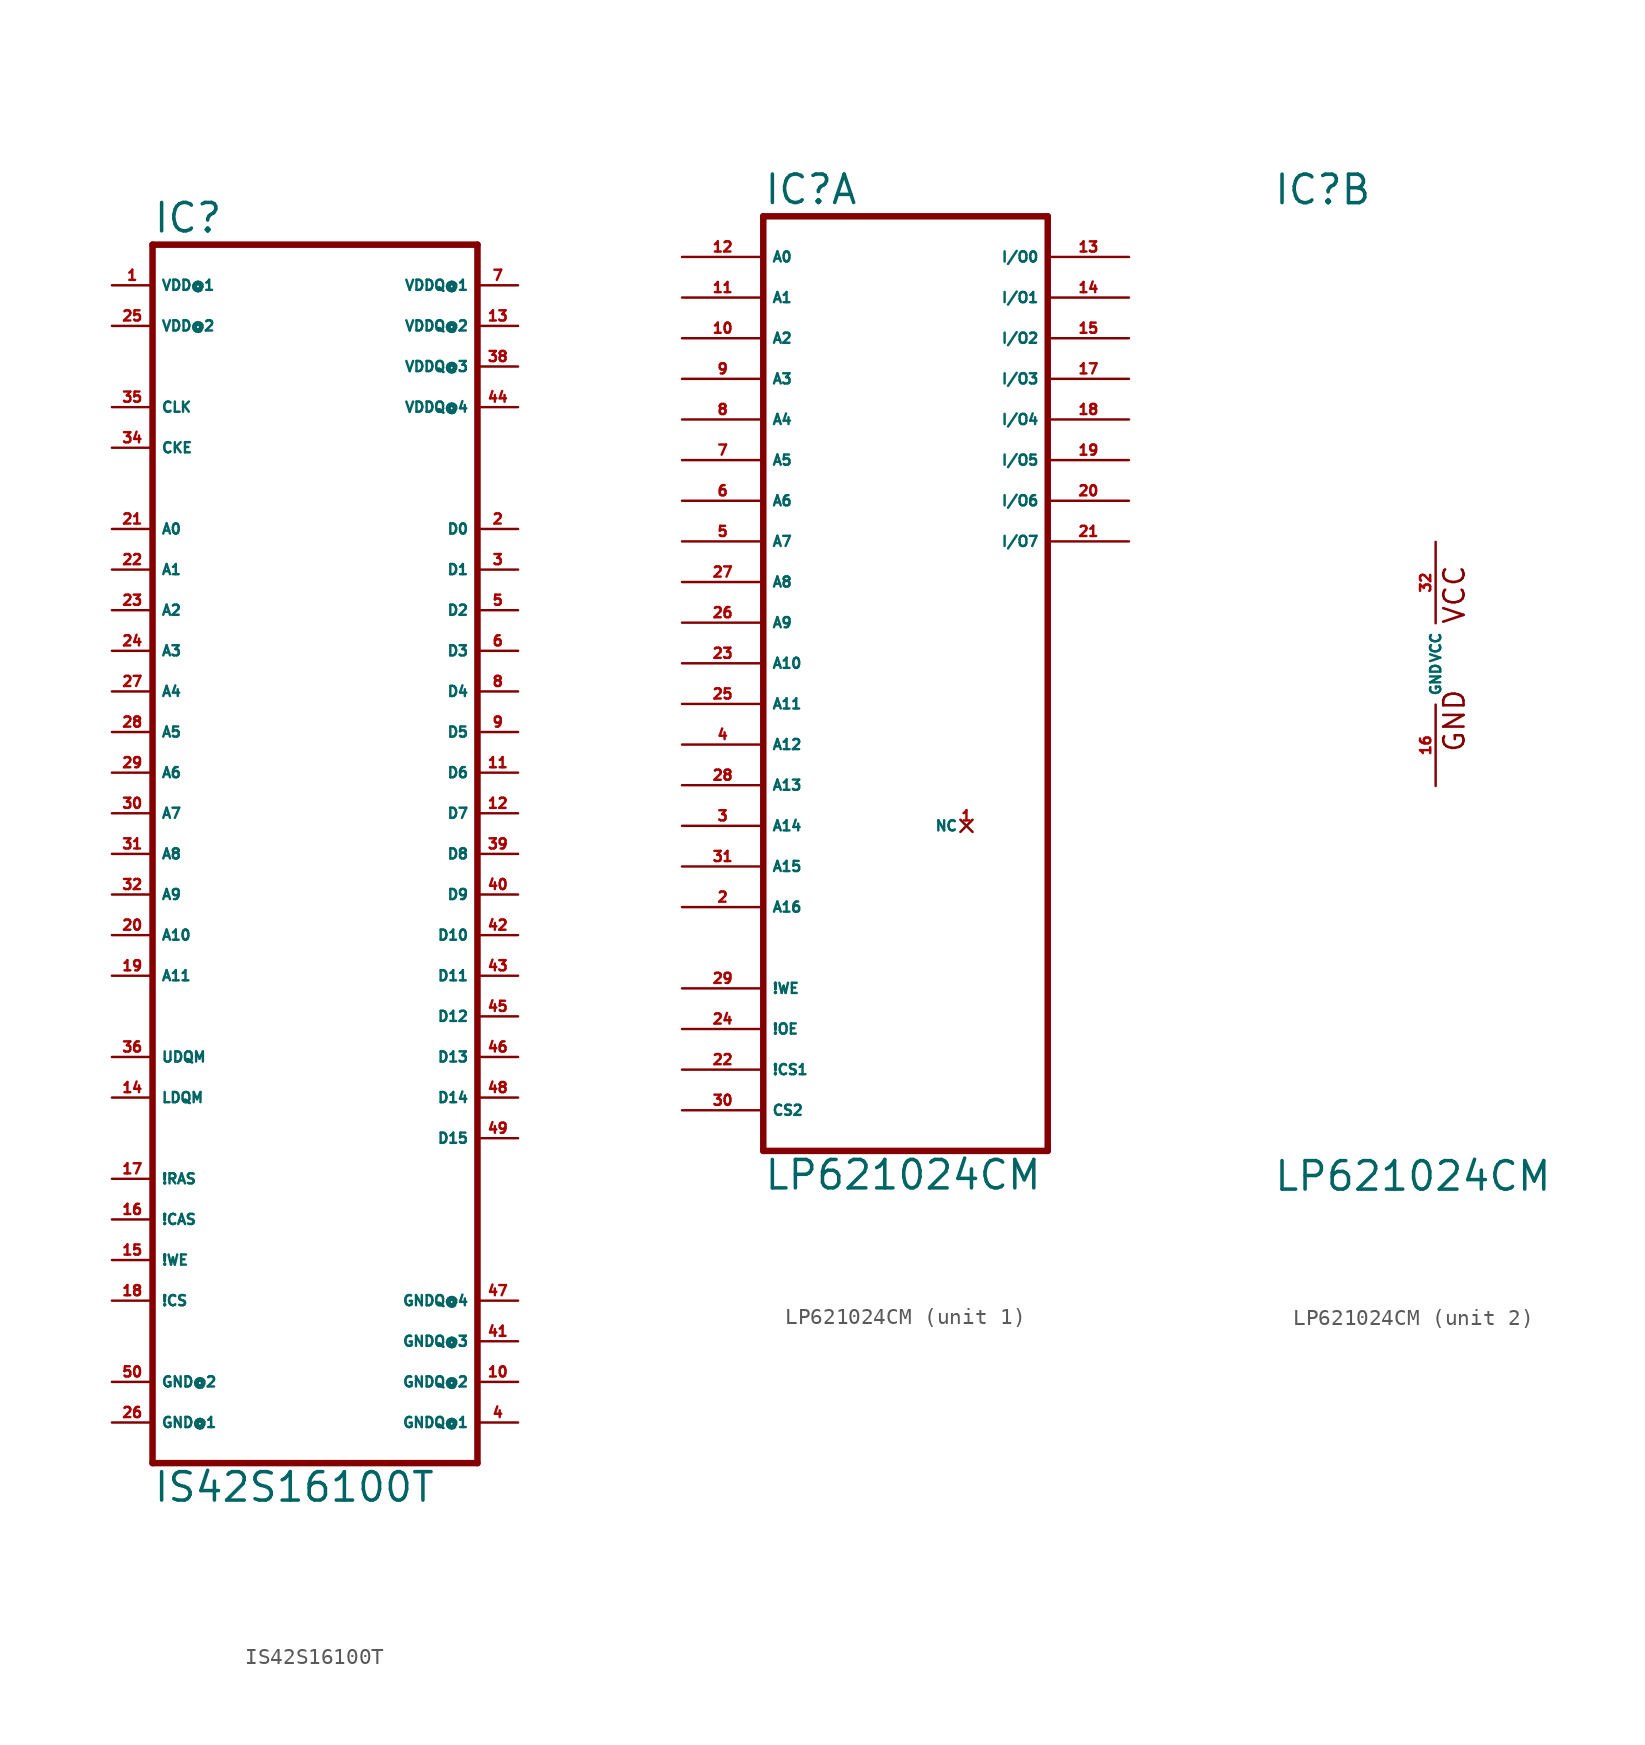
<source format=kicad_sym>
(kicad_symbol_lib
  (version 20220914)
  (generator Eagle2Kicad)
  (symbol "IS42S16100T"
    (property "Reference" "IC"
      (at -10.16 38.735 0)
      (effects (font (size 1.778 1.778) (thickness 0.22)) (justify left bottom)))
    (property "Value" "IS42S16100T"
      (at -10.16 -40.64 0)
      (effects (font (size 1.778 1.778) (thickness 0.22)) (justify left bottom)))
    (polyline
      (pts (xy -10.16 -38.1) (xy 10.16 -38.1))
      (stroke (width 0.406) (type default))
      (fill (type none)))
    (polyline
      (pts (xy 10.16 -38.1) (xy 10.16 38.1))
      (stroke (width 0.406) (type default))
      (fill (type none)))
    (polyline
      (pts (xy 10.16 38.1) (xy -10.16 38.1))
      (stroke (width 0.406) (type default))
      (fill (type none)))
    (polyline
      (pts (xy -10.16 38.1) (xy -10.16 -38.1))
      (stroke (width 0.406) (type default))
      (fill (type none)))
    (pin input line
      (at -12.7 2.54 0)
      (length 2.54)
      (name "A7" (effects (font (size 0.635 0.635) (thickness 0.08)) (justify left bottom)))
      (number "30" (effects (font (size 0.635 0.635) (thickness 0.08)) (justify left bottom))))
    (pin input line
      (at -12.7 5.08 0)
      (length 2.54)
      (name "A6" (effects (font (size 0.635 0.635) (thickness 0.08)) (justify left bottom)))
      (number "29" (effects (font (size 0.635 0.635) (thickness 0.08)) (justify left bottom))))
    (pin input line
      (at -12.7 7.62 0)
      (length 2.54)
      (name "A5" (effects (font (size 0.635 0.635) (thickness 0.08)) (justify left bottom)))
      (number "28" (effects (font (size 0.635 0.635) (thickness 0.08)) (justify left bottom))))
    (pin input line
      (at -12.7 10.16 0)
      (length 2.54)
      (name "A4" (effects (font (size 0.635 0.635) (thickness 0.08)) (justify left bottom)))
      (number "27" (effects (font (size 0.635 0.635) (thickness 0.08)) (justify left bottom))))
    (pin input line
      (at -12.7 12.7 0)
      (length 2.54)
      (name "A3" (effects (font (size 0.635 0.635) (thickness 0.08)) (justify left bottom)))
      (number "24" (effects (font (size 0.635 0.635) (thickness 0.08)) (justify left bottom))))
    (pin input line
      (at -12.7 15.24 0)
      (length 2.54)
      (name "A2" (effects (font (size 0.635 0.635) (thickness 0.08)) (justify left bottom)))
      (number "23" (effects (font (size 0.635 0.635) (thickness 0.08)) (justify left bottom))))
    (pin input line
      (at -12.7 17.78 0)
      (length 2.54)
      (name "A1" (effects (font (size 0.635 0.635) (thickness 0.08)) (justify left bottom)))
      (number "22" (effects (font (size 0.635 0.635) (thickness 0.08)) (justify left bottom))))
    (pin input line
      (at -12.7 20.32 0)
      (length 2.54)
      (name "A0" (effects (font (size 0.635 0.635) (thickness 0.08)) (justify left bottom)))
      (number "21" (effects (font (size 0.635 0.635) (thickness 0.08)) (justify left bottom))))
    (pin bidirectional line
      (at 12.7 20.32 180)
      (length 2.54)
      (name "D0" (effects (font (size 0.635 0.635) (thickness 0.08)) (justify left bottom)))
      (number "2" (effects (font (size 0.635 0.635) (thickness 0.08)) (justify left bottom))))
    (pin bidirectional line
      (at 12.7 17.78 180)
      (length 2.54)
      (name "D1" (effects (font (size 0.635 0.635) (thickness 0.08)) (justify left bottom)))
      (number "3" (effects (font (size 0.635 0.635) (thickness 0.08)) (justify left bottom))))
    (pin bidirectional line
      (at 12.7 15.24 180)
      (length 2.54)
      (name "D2" (effects (font (size 0.635 0.635) (thickness 0.08)) (justify left bottom)))
      (number "5" (effects (font (size 0.635 0.635) (thickness 0.08)) (justify left bottom))))
    (pin bidirectional line
      (at 12.7 12.7 180)
      (length 2.54)
      (name "D3" (effects (font (size 0.635 0.635) (thickness 0.08)) (justify left bottom)))
      (number "6" (effects (font (size 0.635 0.635) (thickness 0.08)) (justify left bottom))))
    (pin bidirectional line
      (at 12.7 10.16 180)
      (length 2.54)
      (name "D4" (effects (font (size 0.635 0.635) (thickness 0.08)) (justify left bottom)))
      (number "8" (effects (font (size 0.635 0.635) (thickness 0.08)) (justify left bottom))))
    (pin bidirectional line
      (at 12.7 7.62 180)
      (length 2.54)
      (name "D5" (effects (font (size 0.635 0.635) (thickness 0.08)) (justify left bottom)))
      (number "9" (effects (font (size 0.635 0.635) (thickness 0.08)) (justify left bottom))))
    (pin bidirectional line
      (at 12.7 5.08 180)
      (length 2.54)
      (name "D6" (effects (font (size 0.635 0.635) (thickness 0.08)) (justify left bottom)))
      (number "11" (effects (font (size 0.635 0.635) (thickness 0.08)) (justify left bottom))))
    (pin bidirectional line
      (at 12.7 2.54 180)
      (length 2.54)
      (name "D7" (effects (font (size 0.635 0.635) (thickness 0.08)) (justify left bottom)))
      (number "12" (effects (font (size 0.635 0.635) (thickness 0.08)) (justify left bottom))))
    (pin input line
      (at -12.7 -27.94 0)
      (length 2.54)
      (name "!CS" (effects (font (size 0.635 0.635) (thickness 0.08)) (justify left bottom)))
      (number "18" (effects (font (size 0.635 0.635) (thickness 0.08)) (justify left bottom))))
    (pin input line
      (at -12.7 -5.08 0)
      (length 2.54)
      (name "A10" (effects (font (size 0.635 0.635) (thickness 0.08)) (justify left bottom)))
      (number "20" (effects (font (size 0.635 0.635) (thickness 0.08)) (justify left bottom))))
    (pin input line
      (at -12.7 -20.32 0)
      (length 2.54)
      (name "!RAS" (effects (font (size 0.635 0.635) (thickness 0.08)) (justify left bottom)))
      (number "17" (effects (font (size 0.635 0.635) (thickness 0.08)) (justify left bottom))))
    (pin input line
      (at -12.7 -25.4 0)
      (length 2.54)
      (name "!WE" (effects (font (size 0.635 0.635) (thickness 0.08)) (justify left bottom)))
      (number "15" (effects (font (size 0.635 0.635) (thickness 0.08)) (justify left bottom))))
    (pin input line
      (at -12.7 -2.54 0)
      (length 2.54)
      (name "A9" (effects (font (size 0.635 0.635) (thickness 0.08)) (justify left bottom)))
      (number "32" (effects (font (size 0.635 0.635) (thickness 0.08)) (justify left bottom))))
    (pin input line
      (at -12.7 0 0)
      (length 2.54)
      (name "A8" (effects (font (size 0.635 0.635) (thickness 0.08)) (justify left bottom)))
      (number "31" (effects (font (size 0.635 0.635) (thickness 0.08)) (justify left bottom))))
    (pin input line
      (at -12.7 -7.62 0)
      (length 2.54)
      (name "A11" (effects (font (size 0.635 0.635) (thickness 0.08)) (justify left bottom)))
      (number "19" (effects (font (size 0.635 0.635) (thickness 0.08)) (justify left bottom))))
    (pin input line
      (at -12.7 -12.7 0)
      (length 2.54)
      (name "UDQM" (effects (font (size 0.635 0.635) (thickness 0.08)) (justify left bottom)))
      (number "36" (effects (font (size 0.635 0.635) (thickness 0.08)) (justify left bottom))))
    (pin input line
      (at -12.7 -15.24 0)
      (length 2.54)
      (name "LDQM" (effects (font (size 0.635 0.635) (thickness 0.08)) (justify left bottom)))
      (number "14" (effects (font (size 0.635 0.635) (thickness 0.08)) (justify left bottom))))
    (pin input line
      (at -12.7 -22.86 0)
      (length 2.54)
      (name "!CAS" (effects (font (size 0.635 0.635) (thickness 0.08)) (justify left bottom)))
      (number "16" (effects (font (size 0.635 0.635) (thickness 0.08)) (justify left bottom))))
    (pin input line
      (at -12.7 25.4 0)
      (length 2.54)
      (name "CKE" (effects (font (size 0.635 0.635) (thickness 0.08)) (justify left bottom)))
      (number "34" (effects (font (size 0.635 0.635) (thickness 0.08)) (justify left bottom))))
    (pin input line
      (at -12.7 27.94 0)
      (length 2.54)
      (name "CLK" (effects (font (size 0.635 0.635) (thickness 0.08)) (justify left bottom)))
      (number "35" (effects (font (size 0.635 0.635) (thickness 0.08)) (justify left bottom))))
    (pin bidirectional line
      (at 12.7 0 180)
      (length 2.54)
      (name "D8" (effects (font (size 0.635 0.635) (thickness 0.08)) (justify left bottom)))
      (number "39" (effects (font (size 0.635 0.635) (thickness 0.08)) (justify left bottom))))
    (pin bidirectional line
      (at 12.7 -2.54 180)
      (length 2.54)
      (name "D9" (effects (font (size 0.635 0.635) (thickness 0.08)) (justify left bottom)))
      (number "40" (effects (font (size 0.635 0.635) (thickness 0.08)) (justify left bottom))))
    (pin bidirectional line
      (at 12.7 -5.08 180)
      (length 2.54)
      (name "D10" (effects (font (size 0.635 0.635) (thickness 0.08)) (justify left bottom)))
      (number "42" (effects (font (size 0.635 0.635) (thickness 0.08)) (justify left bottom))))
    (pin bidirectional line
      (at 12.7 -7.62 180)
      (length 2.54)
      (name "D11" (effects (font (size 0.635 0.635) (thickness 0.08)) (justify left bottom)))
      (number "43" (effects (font (size 0.635 0.635) (thickness 0.08)) (justify left bottom))))
    (pin bidirectional line
      (at 12.7 -10.16 180)
      (length 2.54)
      (name "D12" (effects (font (size 0.635 0.635) (thickness 0.08)) (justify left bottom)))
      (number "45" (effects (font (size 0.635 0.635) (thickness 0.08)) (justify left bottom))))
    (pin bidirectional line
      (at 12.7 -12.7 180)
      (length 2.54)
      (name "D13" (effects (font (size 0.635 0.635) (thickness 0.08)) (justify left bottom)))
      (number "46" (effects (font (size 0.635 0.635) (thickness 0.08)) (justify left bottom))))
    (pin bidirectional line
      (at 12.7 -15.24 180)
      (length 2.54)
      (name "D14" (effects (font (size 0.635 0.635) (thickness 0.08)) (justify left bottom)))
      (number "48" (effects (font (size 0.635 0.635) (thickness 0.08)) (justify left bottom))))
    (pin bidirectional line
      (at 12.7 -17.78 180)
      (length 2.54)
      (name "D15" (effects (font (size 0.635 0.635) (thickness 0.08)) (justify left bottom)))
      (number "49" (effects (font (size 0.635 0.635) (thickness 0.08)) (justify left bottom))))
    (pin unspecified line
      (at -12.7 35.56 0)
      (length 2.54)
      (name "VDD@1" (effects (font (size 0.635 0.635) (thickness 0.08)) (justify left bottom)))
      (number "1" (effects (font (size 0.635 0.635) (thickness 0.08)) (justify left bottom))))
    (pin unspecified line
      (at -12.7 -35.56 0)
      (length 2.54)
      (name "GND@1" (effects (font (size 0.635 0.635) (thickness 0.08)) (justify left bottom)))
      (number "26" (effects (font (size 0.635 0.635) (thickness 0.08)) (justify left bottom))))
    (pin unspecified line
      (at 12.7 35.56 180)
      (length 2.54)
      (name "VDDQ@1" (effects (font (size 0.635 0.635) (thickness 0.08)) (justify left bottom)))
      (number "7" (effects (font (size 0.635 0.635) (thickness 0.08)) (justify left bottom))))
    (pin unspecified line
      (at 12.7 -35.56 180)
      (length 2.54)
      (name "GNDQ@1" (effects (font (size 0.635 0.635) (thickness 0.08)) (justify left bottom)))
      (number "4" (effects (font (size 0.635 0.635) (thickness 0.08)) (justify left bottom))))
    (pin unspecified line
      (at 12.7 -33.02 180)
      (length 2.54)
      (name "GNDQ@2" (effects (font (size 0.635 0.635) (thickness 0.08)) (justify left bottom)))
      (number "10" (effects (font (size 0.635 0.635) (thickness 0.08)) (justify left bottom))))
    (pin unspecified line
      (at 12.7 -30.48 180)
      (length 2.54)
      (name "GNDQ@3" (effects (font (size 0.635 0.635) (thickness 0.08)) (justify left bottom)))
      (number "41" (effects (font (size 0.635 0.635) (thickness 0.08)) (justify left bottom))))
    (pin unspecified line
      (at 12.7 -27.94 180)
      (length 2.54)
      (name "GNDQ@4" (effects (font (size 0.635 0.635) (thickness 0.08)) (justify left bottom)))
      (number "47" (effects (font (size 0.635 0.635) (thickness 0.08)) (justify left bottom))))
    (pin unspecified line
      (at 12.7 33.02 180)
      (length 2.54)
      (name "VDDQ@2" (effects (font (size 0.635 0.635) (thickness 0.08)) (justify left bottom)))
      (number "13" (effects (font (size 0.635 0.635) (thickness 0.08)) (justify left bottom))))
    (pin unspecified line
      (at 12.7 30.48 180)
      (length 2.54)
      (name "VDDQ@3" (effects (font (size 0.635 0.635) (thickness 0.08)) (justify left bottom)))
      (number "38" (effects (font (size 0.635 0.635) (thickness 0.08)) (justify left bottom))))
    (pin unspecified line
      (at 12.7 27.94 180)
      (length 2.54)
      (name "VDDQ@4" (effects (font (size 0.635 0.635) (thickness 0.08)) (justify left bottom)))
      (number "44" (effects (font (size 0.635 0.635) (thickness 0.08)) (justify left bottom))))
    (pin unspecified line
      (at -12.7 -33.02 0)
      (length 2.54)
      (name "GND@2" (effects (font (size 0.635 0.635) (thickness 0.08)) (justify left bottom)))
      (number "50" (effects (font (size 0.635 0.635) (thickness 0.08)) (justify left bottom))))
    (pin unspecified line
      (at -12.7 33.02 0)
      (length 2.54)
      (name "VDD@2" (effects (font (size 0.635 0.635) (thickness 0.08)) (justify left bottom)))
      (number "25" (effects (font (size 0.635 0.635) (thickness 0.08)) (justify left bottom)))))
  (symbol "LP621024CM"
    (property "Reference" "IC"
      (at -10.16 28.575 0)
      (effects (font (size 1.778 1.778) (thickness 0.22)) (justify left bottom)))
    (property "Value" "LP621024CM"
      (at -10.16 -33.02 0)
      (effects (font (size 1.778 1.778) (thickness 0.22)) (justify left bottom)))
    (symbol "LP621024CM_1_0"
      (polyline (pts (xy -10.16 -30.48) (xy 7.62 -30.48)) (stroke (width 0.406) (type default)) (fill (type none)))
      (polyline (pts (xy 7.62 27.94) (xy 7.62 -30.48)) (stroke (width 0.406) (type default)) (fill (type none)))
      (polyline (pts (xy 7.62 27.94) (xy -10.16 27.94)) (stroke (width 0.406) (type default)) (fill (type none)))
      (polyline (pts (xy -10.16 -30.48) (xy -10.16 27.94)) (stroke (width 0.406) (type default)) (fill (type none)))
      (pin input line (at -15.24 25.4 0) (length 5.08) (name "A0" (effects (font (size 0.635 0.635) (thickness 0.08)) (justify left bottom))) (number "12" (effects (font (size 0.635 0.635) (thickness 0.08)) (justify left bottom))))
      (pin input line (at -15.24 22.86 0) (length 5.08) (name "A1" (effects (font (size 0.635 0.635) (thickness 0.08)) (justify left bottom))) (number "11" (effects (font (size 0.635 0.635) (thickness 0.08)) (justify left bottom))))
      (pin input line (at -15.24 20.32 0) (length 5.08) (name "A2" (effects (font (size 0.635 0.635) (thickness 0.08)) (justify left bottom))) (number "10" (effects (font (size 0.635 0.635) (thickness 0.08)) (justify left bottom))))
      (pin input line (at -15.24 17.78 0) (length 5.08) (name "A3" (effects (font (size 0.635 0.635) (thickness 0.08)) (justify left bottom))) (number "9" (effects (font (size 0.635 0.635) (thickness 0.08)) (justify left bottom))))
      (pin input line (at -15.24 15.24 0) (length 5.08) (name "A4" (effects (font (size 0.635 0.635) (thickness 0.08)) (justify left bottom))) (number "8" (effects (font (size 0.635 0.635) (thickness 0.08)) (justify left bottom))))
      (pin input line (at -15.24 12.7 0) (length 5.08) (name "A5" (effects (font (size 0.635 0.635) (thickness 0.08)) (justify left bottom))) (number "7" (effects (font (size 0.635 0.635) (thickness 0.08)) (justify left bottom))))
      (pin input line (at -15.24 10.16 0) (length 5.08) (name "A6" (effects (font (size 0.635 0.635) (thickness 0.08)) (justify left bottom))) (number "6" (effects (font (size 0.635 0.635) (thickness 0.08)) (justify left bottom))))
      (pin input line (at -15.24 7.62 0) (length 5.08) (name "A7" (effects (font (size 0.635 0.635) (thickness 0.08)) (justify left bottom))) (number "5" (effects (font (size 0.635 0.635) (thickness 0.08)) (justify left bottom))))
      (pin input line (at -15.24 5.08 0) (length 5.08) (name "A8" (effects (font (size 0.635 0.635) (thickness 0.08)) (justify left bottom))) (number "27" (effects (font (size 0.635 0.635) (thickness 0.08)) (justify left bottom))))
      (pin input line (at -15.24 2.54 0) (length 5.08) (name "A9" (effects (font (size 0.635 0.635) (thickness 0.08)) (justify left bottom))) (number "26" (effects (font (size 0.635 0.635) (thickness 0.08)) (justify left bottom))))
      (pin input line (at -15.24 0 0) (length 5.08) (name "A10" (effects (font (size 0.635 0.635) (thickness 0.08)) (justify left bottom))) (number "23" (effects (font (size 0.635 0.635) (thickness 0.08)) (justify left bottom))))
      (pin input line (at -15.24 -2.54 0) (length 5.08) (name "A11" (effects (font (size 0.635 0.635) (thickness 0.08)) (justify left bottom))) (number "25" (effects (font (size 0.635 0.635) (thickness 0.08)) (justify left bottom))))
      (pin input line (at -15.24 -5.08 0) (length 5.08) (name "A12" (effects (font (size 0.635 0.635) (thickness 0.08)) (justify left bottom))) (number "4" (effects (font (size 0.635 0.635) (thickness 0.08)) (justify left bottom))))
      (pin input line (at -15.24 -7.62 0) (length 5.08) (name "A13" (effects (font (size 0.635 0.635) (thickness 0.08)) (justify left bottom))) (number "28" (effects (font (size 0.635 0.635) (thickness 0.08)) (justify left bottom))))
      (pin input line (at -15.24 -10.16 0) (length 5.08) (name "A14" (effects (font (size 0.635 0.635) (thickness 0.08)) (justify left bottom))) (number "3" (effects (font (size 0.635 0.635) (thickness 0.08)) (justify left bottom))))
      (pin input line (at -15.24 -12.7 0) (length 5.08) (name "A15" (effects (font (size 0.635 0.635) (thickness 0.08)) (justify left bottom))) (number "31" (effects (font (size 0.635 0.635) (thickness 0.08)) (justify left bottom))))
      (pin input line (at -15.24 -15.24 0) (length 5.08) (name "A16" (effects (font (size 0.635 0.635) (thickness 0.08)) (justify left bottom))) (number "2" (effects (font (size 0.635 0.635) (thickness 0.08)) (justify left bottom))))
      (pin input line (at -15.24 -20.32 0) (length 5.08) (name "!WE" (effects (font (size 0.635 0.635) (thickness 0.08)) (justify left bottom))) (number "29" (effects (font (size 0.635 0.635) (thickness 0.08)) (justify left bottom))))
      (pin input line (at -15.24 -22.86 0) (length 5.08) (name "!OE" (effects (font (size 0.635 0.635) (thickness 0.08)) (justify left bottom))) (number "24" (effects (font (size 0.635 0.635) (thickness 0.08)) (justify left bottom))))
      (pin input line (at -15.24 -25.4 0) (length 5.08) (name "!CS1" (effects (font (size 0.635 0.635) (thickness 0.08)) (justify left bottom))) (number "22" (effects (font (size 0.635 0.635) (thickness 0.08)) (justify left bottom))))
      (pin bidirectional line (at 12.7 25.4 180) (length 5.08) (name "I/O0" (effects (font (size 0.635 0.635) (thickness 0.08)) (justify left bottom))) (number "13" (effects (font (size 0.635 0.635) (thickness 0.08)) (justify left bottom))))
      (pin bidirectional line (at 12.7 22.86 180) (length 5.08) (name "I/O1" (effects (font (size 0.635 0.635) (thickness 0.08)) (justify left bottom))) (number "14" (effects (font (size 0.635 0.635) (thickness 0.08)) (justify left bottom))))
      (pin bidirectional line (at 12.7 20.32 180) (length 5.08) (name "I/O2" (effects (font (size 0.635 0.635) (thickness 0.08)) (justify left bottom))) (number "15" (effects (font (size 0.635 0.635) (thickness 0.08)) (justify left bottom))))
      (pin bidirectional line (at 12.7 17.78 180) (length 5.08) (name "I/O3" (effects (font (size 0.635 0.635) (thickness 0.08)) (justify left bottom))) (number "17" (effects (font (size 0.635 0.635) (thickness 0.08)) (justify left bottom))))
      (pin bidirectional line (at 12.7 15.24 180) (length 5.08) (name "I/O4" (effects (font (size 0.635 0.635) (thickness 0.08)) (justify left bottom))) (number "18" (effects (font (size 0.635 0.635) (thickness 0.08)) (justify left bottom))))
      (pin bidirectional line (at 12.7 12.7 180) (length 5.08) (name "I/O5" (effects (font (size 0.635 0.635) (thickness 0.08)) (justify left bottom))) (number "19" (effects (font (size 0.635 0.635) (thickness 0.08)) (justify left bottom))))
      (pin bidirectional line (at 12.7 10.16 180) (length 5.08) (name "I/O6" (effects (font (size 0.635 0.635) (thickness 0.08)) (justify left bottom))) (number "20" (effects (font (size 0.635 0.635) (thickness 0.08)) (justify left bottom))))
      (pin bidirectional line (at 12.7 7.62 180) (length 5.08) (name "I/O7" (effects (font (size 0.635 0.635) (thickness 0.08)) (justify left bottom))) (number "21" (effects (font (size 0.635 0.635) (thickness 0.08)) (justify left bottom))))
      (pin no_connect line (at 2.54 -10.16 180) (length 0) (name "NC" (effects (font (size 0.635 0.635) (thickness 0.08)) (justify left bottom) hide)) (number "1" (effects (font (size 0.635 0.635) (thickness 0.08)) (justify left bottom) hide)))
      (pin input line (at -15.24 -27.94 0) (length 5.08) (name "CS2" (effects (font (size 0.635 0.635) (thickness 0.08)) (justify left bottom))) (number "30" (effects (font (size 0.635 0.635) (thickness 0.08)) (justify left bottom)))))
    (symbol "LP621024CM_2_0"
      (text "GND" (at 1.905 -5.588 900) (effects (font (size 1.27 1.27) (thickness 0.16)) (justify left bottom)))
      (text "VCC" (at 1.905 2.413 900) (effects (font (size 1.27 1.27) (thickness 0.16)) (justify left bottom)))
      (pin unspecified line (at 0 -7.62 90) (length 5.08) (name "GND" (effects (font (size 0.635 0.635) (thickness 0.08)) (justify left bottom))) (number "16" (effects (font (size 0.635 0.635) (thickness 0.08)) (justify left bottom))))
      (pin unspecified line (at 0 7.62 270) (length 5.08) (name "VCC" (effects (font (size 0.635 0.635) (thickness 0.08)) (justify left bottom))) (number "32" (effects (font (size 0.635 0.635) (thickness 0.08)) (justify left bottom)))))))
</source>
